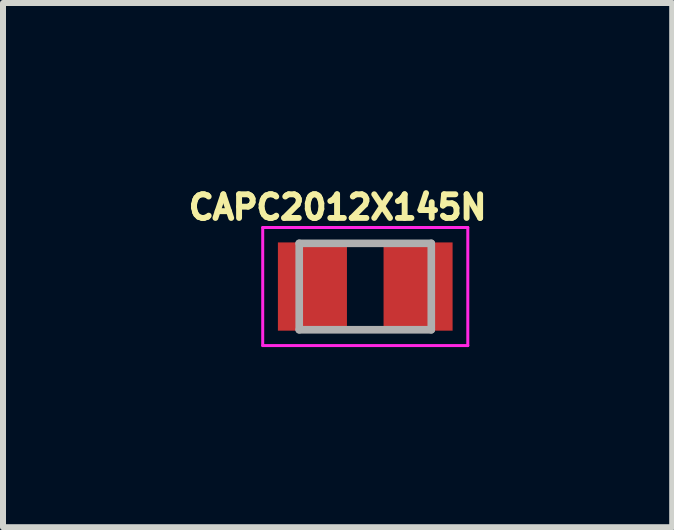
<source format=kicad_pcb>
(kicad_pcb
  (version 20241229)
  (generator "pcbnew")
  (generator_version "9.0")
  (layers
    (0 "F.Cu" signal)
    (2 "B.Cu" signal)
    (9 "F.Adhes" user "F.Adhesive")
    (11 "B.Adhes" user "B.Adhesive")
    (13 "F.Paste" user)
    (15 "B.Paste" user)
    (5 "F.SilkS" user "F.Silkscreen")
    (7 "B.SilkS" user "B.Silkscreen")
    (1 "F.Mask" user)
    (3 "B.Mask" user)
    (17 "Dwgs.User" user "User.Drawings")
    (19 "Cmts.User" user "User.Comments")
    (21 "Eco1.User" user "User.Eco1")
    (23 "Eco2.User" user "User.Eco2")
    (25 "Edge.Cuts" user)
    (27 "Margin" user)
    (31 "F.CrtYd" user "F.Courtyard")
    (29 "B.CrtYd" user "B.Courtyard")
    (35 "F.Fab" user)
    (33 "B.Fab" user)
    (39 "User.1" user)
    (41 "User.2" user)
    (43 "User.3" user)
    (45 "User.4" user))
  (footprint "CAPC2012X145N"
    (layer "F.Cu")
    (at 3.034 1.723)
    (property "Reference" "CAPC2012X145N" (at -0.46 -1.32 0) (layer "F.SilkS") (effects (font (size 0.394 0.394) (thickness 0.15))))
    (attr smd)
    (fp_line (start -1.708 -0.983) (end 1.708 -0.983) (stroke (width 0.05) (type solid)) (layer "F.CrtYd"))
    (fp_line (start -1.708 0.983) (end -1.708 -0.983) (stroke (width 0.05) (type solid)) (layer "F.CrtYd"))
    (fp_line (start -1.708 0.983) (end 1.708 0.983) (stroke (width 0.05) (type solid)) (layer "F.CrtYd"))
    (fp_line (start 1.708 0.983) (end 1.708 -0.983) (stroke (width 0.05) (type solid)) (layer "F.CrtYd"))
    (fp_line (start -1.1 0.72) (end -1.1 -0.72) (stroke (width 0.127) (type solid)) (layer "F.Fab"))
    (fp_line (start 1.1 -0.72) (end -1.1 -0.72) (stroke (width 0.127) (type solid)) (layer "F.Fab"))
    (fp_line (start 1.1 0.72) (end -1.1 0.72) (stroke (width 0.127) (type solid)) (layer "F.Fab"))
    (fp_line (start 1.1 0.72) (end 1.1 -0.72) (stroke (width 0.127) (type solid)) (layer "F.Fab"))
    (pad "1" smd rect (at -0.88 0) (size 1.15 1.47) (layers "F.Cu" "F.Mask" "F.Paste"))
    (pad "2" smd rect (at 0.88 0) (size 1.15 1.47) (layers "F.Cu" "F.Mask" "F.Paste")))
  (gr_rect
    (start -3 -3)
    (end 8.147 5.731)
    (stroke (width 0.1) (type default))
    (fill no)
    (layer "Edge.Cuts")))
</source>
